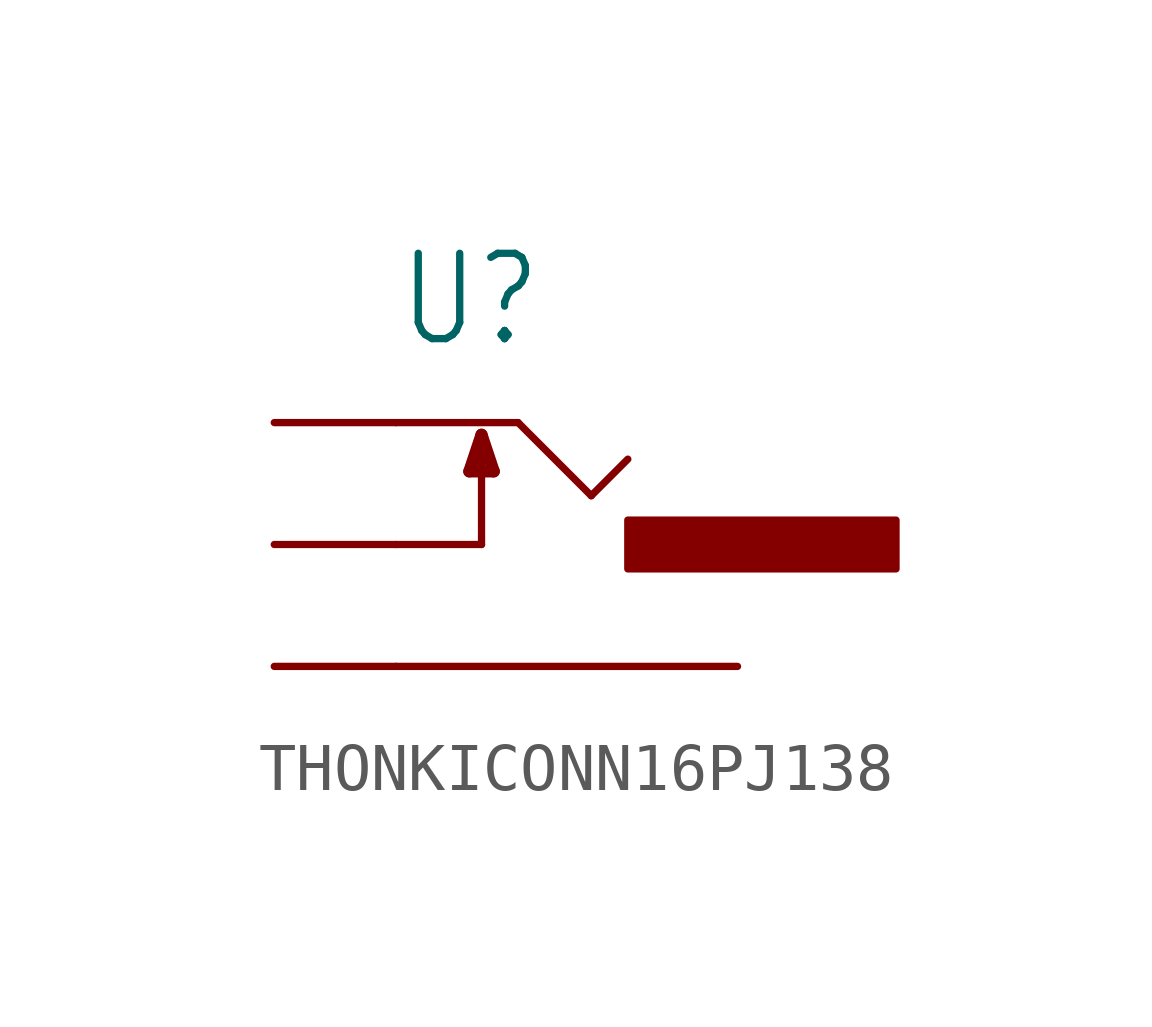
<source format=kicad_sym>
(kicad_symbol_lib
  (version 20211014)
  (generator kicad_symbol_editor)
  (symbol "THONKICONN16PJ138"
    (property "Reference" "U"
      (at -2.54 4.064 0)
      (effects (font (size 1.778 1.511)) (justify left bottom)))
    (property "ki_locked" ""
      (at 0 0 0)
      (effects (font (size 1.27 1.27))))
    (symbol "THONKICONN16PJ138_1_0"
      (polyline (pts (xy -2.54 -2.54) (xy 4.572 -2.54)) (stroke (width 0.152) (type default) (color 0 0 0 0)) (fill (type none)))
      (polyline (pts (xy -2.54 0) (xy -0.762 0)) (stroke (width 0.152) (type default) (color 0 0 0 0)) (fill (type none)))
      (polyline (pts (xy -2.54 2.54) (xy 0 2.54)) (stroke (width 0.152) (type default) (color 0 0 0 0)) (fill (type none)))
      (polyline (pts (xy -1.016 1.524) (xy -0.508 1.524)) (stroke (width 0.254) (type default) (color 0 0 0 0)) (fill (type none)))
      (polyline (pts (xy -0.762 0) (xy -0.762 2.286)) (stroke (width 0.152) (type default) (color 0 0 0 0)) (fill (type none)))
      (polyline (pts (xy -0.762 2.286) (xy -1.016 1.524)) (stroke (width 0.254) (type default) (color 0 0 0 0)) (fill (type none)))
      (polyline (pts (xy -0.508 1.524) (xy -0.762 2.286)) (stroke (width 0.254) (type default) (color 0 0 0 0)) (fill (type none)))
      (polyline (pts (xy 0 2.54) (xy 1.524 1.016)) (stroke (width 0.152) (type default) (color 0 0 0 0)) (fill (type none)))
      (polyline (pts (xy 1.524 1.016) (xy 2.286 1.778)) (stroke (width 0.152) (type default) (color 0 0 0 0)) (fill (type none)))
      (rectangle (start 2.286 -0.508) (end 7.874 0.508) (stroke (width 0) (type default) (color 0 0 0 0)) (fill (type outline)))
      (pin passive line (at -5.08 2.54 0) (length 2.54) (name "TIP" (effects (font (size 0 0)))) (number "P$1_TIP" (effects (font (size 0 0)))))
      (pin passive line (at -5.08 0 0) (length 2.54) (name "SWITCH" (effects (font (size 0 0)))) (number "P$2_SWITCH" (effects (font (size 0 0)))))
      (pin passive line (at -5.08 -2.54 0) (length 2.54) (name "SLEEVE" (effects (font (size 0 0)))) (number "P$3_SLEEVE" (effects (font (size 0 0))))))))
</source>
